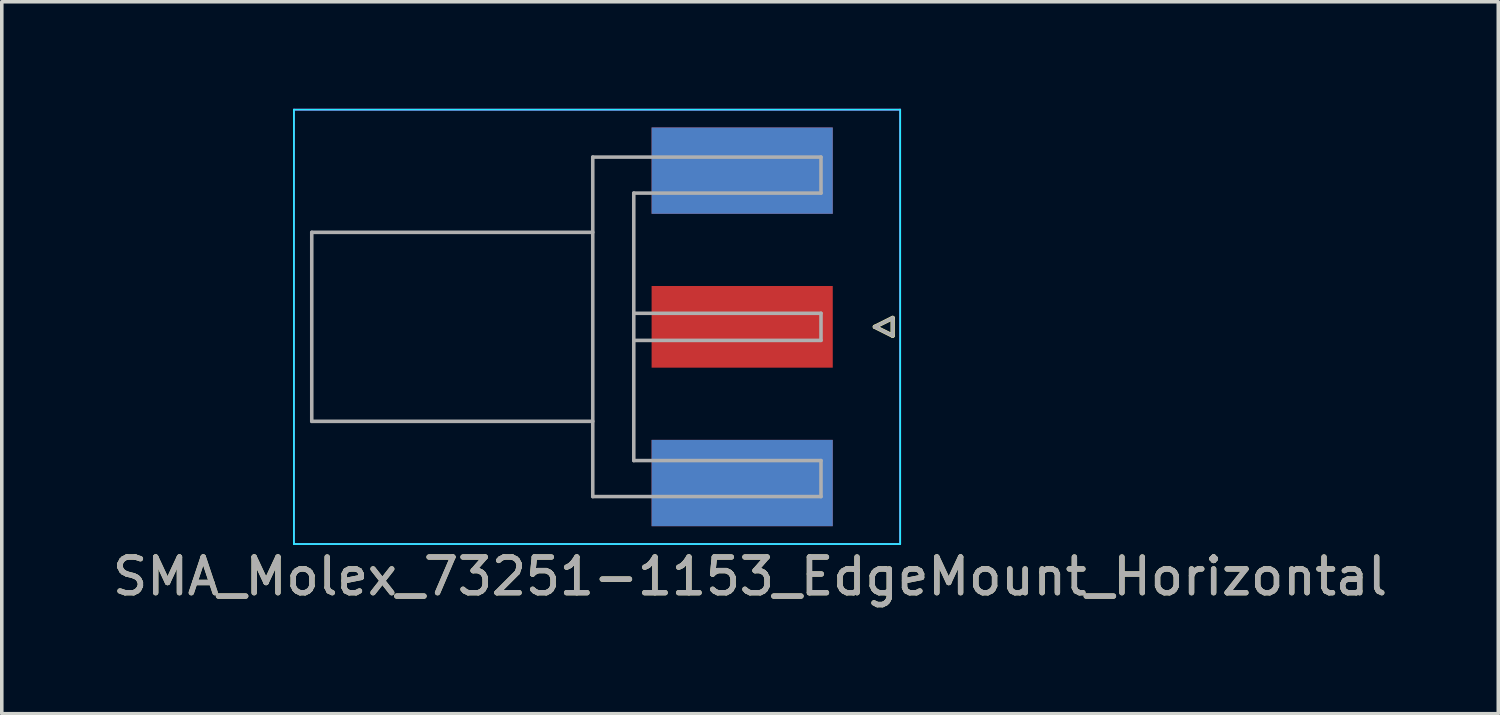
<source format=kicad_pcb>
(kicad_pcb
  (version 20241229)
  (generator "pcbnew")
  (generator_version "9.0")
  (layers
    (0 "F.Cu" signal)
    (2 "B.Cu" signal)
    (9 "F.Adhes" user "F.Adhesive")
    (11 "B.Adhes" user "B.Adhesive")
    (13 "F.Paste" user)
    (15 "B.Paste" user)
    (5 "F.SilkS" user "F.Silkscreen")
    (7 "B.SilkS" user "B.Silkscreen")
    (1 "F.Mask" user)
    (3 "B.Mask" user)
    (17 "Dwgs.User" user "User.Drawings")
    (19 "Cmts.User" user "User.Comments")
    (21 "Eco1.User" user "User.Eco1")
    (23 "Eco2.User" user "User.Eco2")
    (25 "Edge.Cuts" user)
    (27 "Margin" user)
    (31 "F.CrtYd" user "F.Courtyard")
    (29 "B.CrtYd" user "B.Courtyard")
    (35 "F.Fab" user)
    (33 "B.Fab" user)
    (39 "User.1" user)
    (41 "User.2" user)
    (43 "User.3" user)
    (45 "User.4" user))
  (footprint "SMA_Molex_73251-1153_EdgeMount_Horizontal"
    (layer "F.Cu")
    (at 19.482 6.115)
    (property "Reference" "SMA_Molex_73251-1153_EdgeMount_Horizontal" (at -1.5 7 0) (layer "F.SilkS") (effects (font (size 1 1) (thickness 0.15))))
    (attr smd)
    (fp_line (start 2 0) (end 2.5 -0.25) (stroke (width 0.12) (type solid)) (layer "F.SilkS"))
    (fp_line (start 2.5 -0.25) (end 2.5 0.25) (stroke (width 0.12) (type solid)) (layer "F.SilkS"))
    (fp_line (start 2.5 0.25) (end 2 0) (stroke (width 0.12) (type solid)) (layer "F.SilkS"))
    (fp_line (start -14.29 -6.09) (end -14.29 6.09) (stroke (width 0.05) (type solid)) (layer "B.CrtYd"))
    (fp_line (start -14.29 -6.09) (end 2.71 -6.09) (stroke (width 0.05) (type solid)) (layer "B.CrtYd"))
    (fp_line (start -14.29 6.09) (end 2.71 6.09) (stroke (width 0.05) (type solid)) (layer "B.CrtYd"))
    (fp_line (start 2.71 -6.09) (end 2.71 6.09) (stroke (width 0.05) (type solid)) (layer "B.CrtYd"))
    (fp_line (start -14.29 -6.09) (end -14.29 6.09) (stroke (width 0.05) (type solid)) (layer "F.CrtYd"))
    (fp_line (start -14.29 6.09) (end 2.71 6.09) (stroke (width 0.05) (type solid)) (layer "F.CrtYd"))
    (fp_line (start 2.71 -6.09) (end -14.29 -6.09) (stroke (width 0.05) (type solid)) (layer "F.CrtYd"))
    (fp_line (start 2.71 -6.09) (end 2.71 6.09) (stroke (width 0.05) (type solid)) (layer "F.CrtYd"))
    (fp_line (start -13.79 -2.65) (end -13.79 2.65) (stroke (width 0.1) (type solid)) (layer "F.Fab"))
    (fp_line (start -13.79 -2.65) (end -5.91 -2.65) (stroke (width 0.1) (type solid)) (layer "F.Fab"))
    (fp_line (start -13.79 2.65) (end -5.91 2.65) (stroke (width 0.1) (type solid)) (layer "F.Fab"))
    (fp_line (start -5.91 -4.76) (end -5.91 4.76) (stroke (width 0.1) (type solid)) (layer "F.Fab"))
    (fp_line (start -5.91 4.76) (end 0.49 4.76) (stroke (width 0.1) (type solid)) (layer "F.Fab"))
    (fp_line (start -4.76 -3.75) (end -4.76 3.75) (stroke (width 0.1) (type solid)) (layer "F.Fab"))
    (fp_line (start -4.76 -3.75) (end 0.49 -3.75) (stroke (width 0.1) (type solid)) (layer "F.Fab"))
    (fp_line (start -4.76 -0.38) (end 0.49 -0.38) (stroke (width 0.1) (type solid)) (layer "F.Fab"))
    (fp_line (start -4.76 0.38) (end 0.49 0.38) (stroke (width 0.1) (type solid)) (layer "F.Fab"))
    (fp_line (start -4.76 3.75) (end 0.49 3.75) (stroke (width 0.1) (type solid)) (layer "F.Fab"))
    (fp_line (start 0.49 -4.76) (end -5.91 -4.76) (stroke (width 0.1) (type solid)) (layer "F.Fab"))
    (fp_line (start 0.49 -4.76) (end 0.49 -3.75) (stroke (width 0.1) (type solid)) (layer "F.Fab"))
    (fp_line (start 0.49 -0.38) (end 0.49 0.38) (stroke (width 0.1) (type solid)) (layer "F.Fab"))
    (fp_line (start 0.49 3.75) (end 0.49 4.76) (stroke (width 0.1) (type solid)) (layer "F.Fab"))
    (fp_line (start 2 0) (end 2.5 0.25) (stroke (width 0.1) (type solid)) (layer "F.Fab"))
    (fp_line (start 2.5 -0.25) (end 2 0) (stroke (width 0.1) (type solid)) (layer "F.Fab"))
    (fp_line (start 2.5 0.25) (end 2.5 -0.25) (stroke (width 0.1) (type solid)) (layer "F.Fab"))
    (fp_text user "${REFERENCE}" (at -1.5 7 0) (layer "F.Fab") (effects (font (size 1 1) (thickness 0.15))))
    (pad "1" smd rect (at -1.72 0) (size 5.08 2.29) (layers "F.Cu" "F.Mask" "F.Paste"))
    (pad "2" smd rect (at -1.72 -4.38) (size 5.08 2.42) (layers "F.Cu" "F.Mask" "F.Paste"))
    (pad "2" smd rect (at -1.72 -4.38) (size 5.08 2.42) (layers "B.Cu" "B.Mask" "B.Paste"))
    (pad "2" smd rect (at -1.72 4.38) (size 5.08 2.42) (layers "F.Cu" "F.Mask" "F.Paste"))
    (pad "2" smd rect (at -1.72 4.38) (size 5.08 2.42) (layers "B.Cu" "B.Mask" "B.Paste")))
  (gr_rect
    (start -3 -3)
    (end 38.964 16.963)
    (stroke (width 0.1) (type default))
    (fill no)
    (layer "Edge.Cuts")))
</source>
